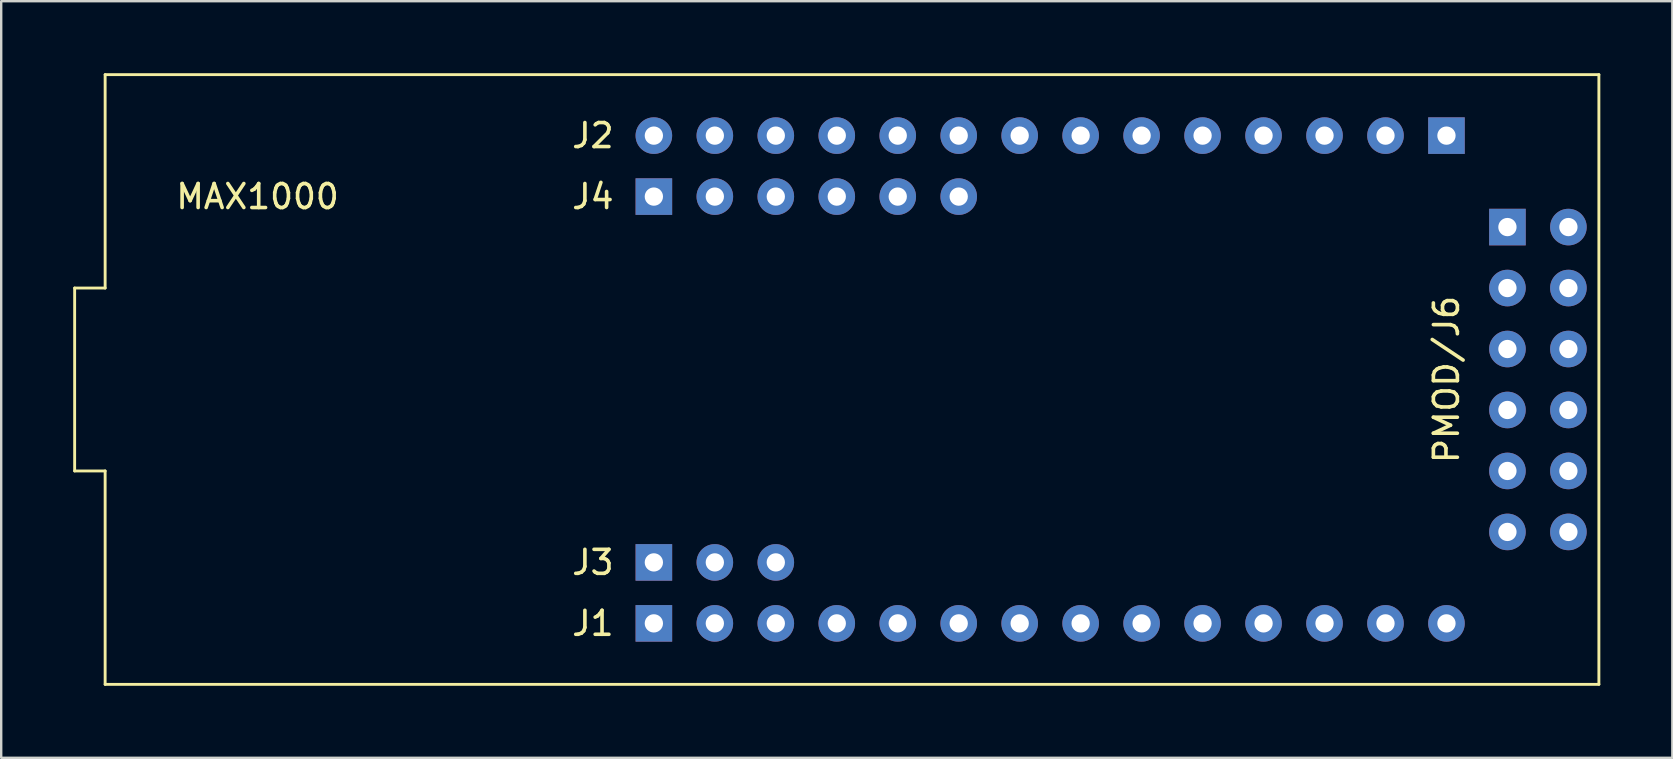
<source format=kicad_pcb>
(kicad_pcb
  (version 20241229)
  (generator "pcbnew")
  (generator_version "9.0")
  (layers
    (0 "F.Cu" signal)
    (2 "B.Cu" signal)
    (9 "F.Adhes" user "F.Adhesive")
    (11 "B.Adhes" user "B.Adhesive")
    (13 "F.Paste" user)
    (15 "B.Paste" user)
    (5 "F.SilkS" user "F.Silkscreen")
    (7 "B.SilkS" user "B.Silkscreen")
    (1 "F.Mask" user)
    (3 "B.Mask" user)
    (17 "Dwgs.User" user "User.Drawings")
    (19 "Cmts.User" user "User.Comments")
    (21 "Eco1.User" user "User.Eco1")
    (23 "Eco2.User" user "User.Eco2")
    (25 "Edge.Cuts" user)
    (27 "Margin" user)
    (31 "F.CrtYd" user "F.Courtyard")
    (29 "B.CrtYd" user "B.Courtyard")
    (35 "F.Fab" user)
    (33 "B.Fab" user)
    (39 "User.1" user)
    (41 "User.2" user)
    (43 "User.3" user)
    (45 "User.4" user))
  (footprint "MAX1000"
    (layer "F.Cu")
    (at 31.81 12.76)
    (property "Reference" "MAX1000" (at -24.13 -7.62 0) (layer "F.SilkS") (effects (font (size 1 1) (thickness 0.15))))
    (attr through_hole)
    (fp_line (start -31.75 -3.81) (end -30.48 -3.81) (stroke (width 0.12) (type solid)) (layer "F.SilkS"))
    (fp_line (start -31.75 3.81) (end -31.75 -3.81) (stroke (width 0.12) (type solid)) (layer "F.SilkS"))
    (fp_line (start -30.48 -12.7) (end 31.75 -12.7) (stroke (width 0.12) (type solid)) (layer "F.SilkS"))
    (fp_line (start -30.48 -3.81) (end -30.48 -12.7) (stroke (width 0.12) (type solid)) (layer "F.SilkS"))
    (fp_line (start -30.48 3.81) (end -31.75 3.81) (stroke (width 0.12) (type solid)) (layer "F.SilkS"))
    (fp_line (start -30.48 12.7) (end -30.48 3.81) (stroke (width 0.12) (type solid)) (layer "F.SilkS"))
    (fp_line (start 31.75 -12.7) (end 31.75 12.7) (stroke (width 0.12) (type solid)) (layer "F.SilkS"))
    (fp_line (start 31.75 12.7) (end -30.48 12.7) (stroke (width 0.12) (type solid)) (layer "F.SilkS"))
    (fp_text user "J3" (at -10.16 7.62 0) (layer "F.SilkS") (effects (font (size 1 1) (thickness 0.15))))
    (fp_text user "J2" (at -10.16 -10.16 0) (layer "F.SilkS") (effects (font (size 1 1) (thickness 0.15))))
    (fp_text user "J4" (at -10.16 -7.62 0) (layer "F.SilkS") (effects (font (size 1 1) (thickness 0.15))))
    (fp_text user "PMOD/J6" (at 25.4 0 90) (layer "F.SilkS") (effects (font (size 1 1) (thickness 0.15))))
    (fp_text user "J1" (at -10.16 10.16 0) (layer "F.SilkS") (effects (font (size 1 1) (thickness 0.15))))
    (pad "1" thru_hole circle (at -7.62 -10.16) (size 1.524 1.524) (drill 0.762) (layers "*.Cu" "*.Mask"))
    (pad "2" thru_hole circle (at -5.08 -10.16) (size 1.524 1.524) (drill 0.762) (layers "*.Cu" "*.Mask"))
    (pad "3" thru_hole circle (at -2.54 -10.16) (size 1.524 1.524) (drill 0.762) (layers "*.Cu" "*.Mask"))
    (pad "4" thru_hole circle (at 0 -10.16) (size 1.524 1.524) (drill 0.762) (layers "*.Cu" "*.Mask"))
    (pad "5" thru_hole circle (at 2.54 -10.16) (size 1.524 1.524) (drill 0.762) (layers "*.Cu" "*.Mask"))
    (pad "6" thru_hole circle (at 5.08 -10.16) (size 1.524 1.524) (drill 0.762) (layers "*.Cu" "*.Mask"))
    (pad "7" thru_hole circle (at 7.62 -10.16) (size 1.524 1.524) (drill 0.762) (layers "*.Cu" "*.Mask"))
    (pad "8" thru_hole circle (at 10.16 -10.16) (size 1.524 1.524) (drill 0.762) (layers "*.Cu" "*.Mask"))
    (pad "9" thru_hole circle (at 12.7 -10.16) (size 1.524 1.524) (drill 0.762) (layers "*.Cu" "*.Mask"))
    (pad "10" thru_hole circle (at 15.24 -10.16) (size 1.524 1.524) (drill 0.762) (layers "*.Cu" "*.Mask"))
    (pad "11" thru_hole circle (at 17.78 -10.16) (size 1.524 1.524) (drill 0.762) (layers "*.Cu" "*.Mask"))
    (pad "12" thru_hole circle (at 20.32 -10.16) (size 1.524 1.524) (drill 0.762) (layers "*.Cu" "*.Mask"))
    (pad "13" thru_hole circle (at 22.86 -10.16) (size 1.524 1.524) (drill 0.762) (layers "*.Cu" "*.Mask"))
    (pad "14" thru_hole rect (at 25.4 -10.16) (size 1.524 1.524) (drill 0.762) (layers "*.Cu" "*.Mask"))
    (pad "15" thru_hole rect (at -7.62 10.16) (size 1.524 1.524) (drill 0.762) (layers "*.Cu" "*.Mask"))
    (pad "16" thru_hole circle (at -5.08 10.16) (size 1.524 1.524) (drill 0.762) (layers "*.Cu" "*.Mask"))
    (pad "17" thru_hole circle (at -2.54 10.16) (size 1.524 1.524) (drill 0.762) (layers "*.Cu" "*.Mask"))
    (pad "18" thru_hole circle (at 0 10.16) (size 1.524 1.524) (drill 0.762) (layers "*.Cu" "*.Mask"))
    (pad "19" thru_hole circle (at 2.54 10.16) (size 1.524 1.524) (drill 0.762) (layers "*.Cu" "*.Mask"))
    (pad "20" thru_hole circle (at 5.08 10.16) (size 1.524 1.524) (drill 0.762) (layers "*.Cu" "*.Mask"))
    (pad "21" thru_hole circle (at 7.62 10.16) (size 1.524 1.524) (drill 0.762) (layers "*.Cu" "*.Mask"))
    (pad "22" thru_hole circle (at 10.16 10.16) (size 1.524 1.524) (drill 0.762) (layers "*.Cu" "*.Mask"))
    (pad "23" thru_hole circle (at 12.7 10.16) (size 1.524 1.524) (drill 0.762) (layers "*.Cu" "*.Mask"))
    (pad "24" thru_hole circle (at 15.24 10.16) (size 1.524 1.524) (drill 0.762) (layers "*.Cu" "*.Mask"))
    (pad "25" thru_hole circle (at 17.78 10.16) (size 1.524 1.524) (drill 0.762) (layers "*.Cu" "*.Mask"))
    (pad "26" thru_hole circle (at 20.32 10.16) (size 1.524 1.524) (drill 0.762) (layers "*.Cu" "*.Mask"))
    (pad "27" thru_hole circle (at 22.86 10.16) (size 1.524 1.524) (drill 0.762) (layers "*.Cu" "*.Mask"))
    (pad "28" thru_hole circle (at 25.4 10.16) (size 1.524 1.524) (drill 0.762) (layers "*.Cu" "*.Mask"))
    (pad "29" thru_hole rect (at 27.94 -6.35) (size 1.524 1.524) (drill 0.762) (layers "*.Cu" "*.Mask"))
    (pad "30" thru_hole circle (at 27.94 -3.81) (size 1.524 1.524) (drill 0.762) (layers "*.Cu" "*.Mask"))
    (pad "31" thru_hole circle (at 27.94 -1.27) (size 1.524 1.524) (drill 0.762) (layers "*.Cu" "*.Mask"))
    (pad "32" thru_hole circle (at 27.94 1.27) (size 1.524 1.524) (drill 0.762) (layers "*.Cu" "*.Mask"))
    (pad "33" thru_hole circle (at 27.94 3.81) (size 1.524 1.524) (drill 0.762) (layers "*.Cu" "*.Mask"))
    (pad "34" thru_hole circle (at 27.94 6.35) (size 1.524 1.524) (drill 0.762) (layers "*.Cu" "*.Mask"))
    (pad "35" thru_hole circle (at 30.48 -6.35) (size 1.524 1.524) (drill 0.762) (layers "*.Cu" "*.Mask"))
    (pad "36" thru_hole circle (at 30.48 -3.81) (size 1.524 1.524) (drill 0.762) (layers "*.Cu" "*.Mask"))
    (pad "37" thru_hole circle (at 30.48 -1.27) (size 1.524 1.524) (drill 0.762) (layers "*.Cu" "*.Mask"))
    (pad "38" thru_hole circle (at 30.48 1.27) (size 1.524 1.524) (drill 0.762) (layers "*.Cu" "*.Mask"))
    (pad "39" thru_hole circle (at 30.48 3.81) (size 1.524 1.524) (drill 0.762) (layers "*.Cu" "*.Mask"))
    (pad "40" thru_hole circle (at 30.48 6.35) (size 1.524 1.524) (drill 0.762) (layers "*.Cu" "*.Mask"))
    (pad "41" thru_hole rect (at -7.62 7.62) (size 1.524 1.524) (drill 0.762) (layers "*.Cu" "*.Mask"))
    (pad "42" thru_hole circle (at -5.08 7.62) (size 1.524 1.524) (drill 0.762) (layers "*.Cu" "*.Mask"))
    (pad "43" thru_hole circle (at -2.54 7.62) (size 1.524 1.524) (drill 0.762) (layers "*.Cu" "*.Mask"))
    (pad "44" thru_hole rect (at -7.62 -7.62) (size 1.524 1.524) (drill 0.762) (layers "*.Cu" "*.Mask"))
    (pad "45" thru_hole circle (at -5.08 -7.62) (size 1.524 1.524) (drill 0.762) (layers "*.Cu" "*.Mask"))
    (pad "46" thru_hole circle (at -2.54 -7.62) (size 1.524 1.524) (drill 0.762) (layers "*.Cu" "*.Mask"))
    (pad "47" thru_hole circle (at 0 -7.62) (size 1.524 1.524) (drill 0.762) (layers "*.Cu" "*.Mask"))
    (pad "48" thru_hole circle (at 2.54 -7.62) (size 1.524 1.524) (drill 0.762) (layers "*.Cu" "*.Mask"))
    (pad "49" thru_hole circle (at 5.08 -7.62) (size 1.524 1.524) (drill 0.762) (layers "*.Cu" "*.Mask")))
  (gr_rect
    (start -3 -3)
    (end 66.62 28.52)
    (stroke (width 0.1) (type default))
    (fill no)
    (layer "Edge.Cuts")))
</source>
